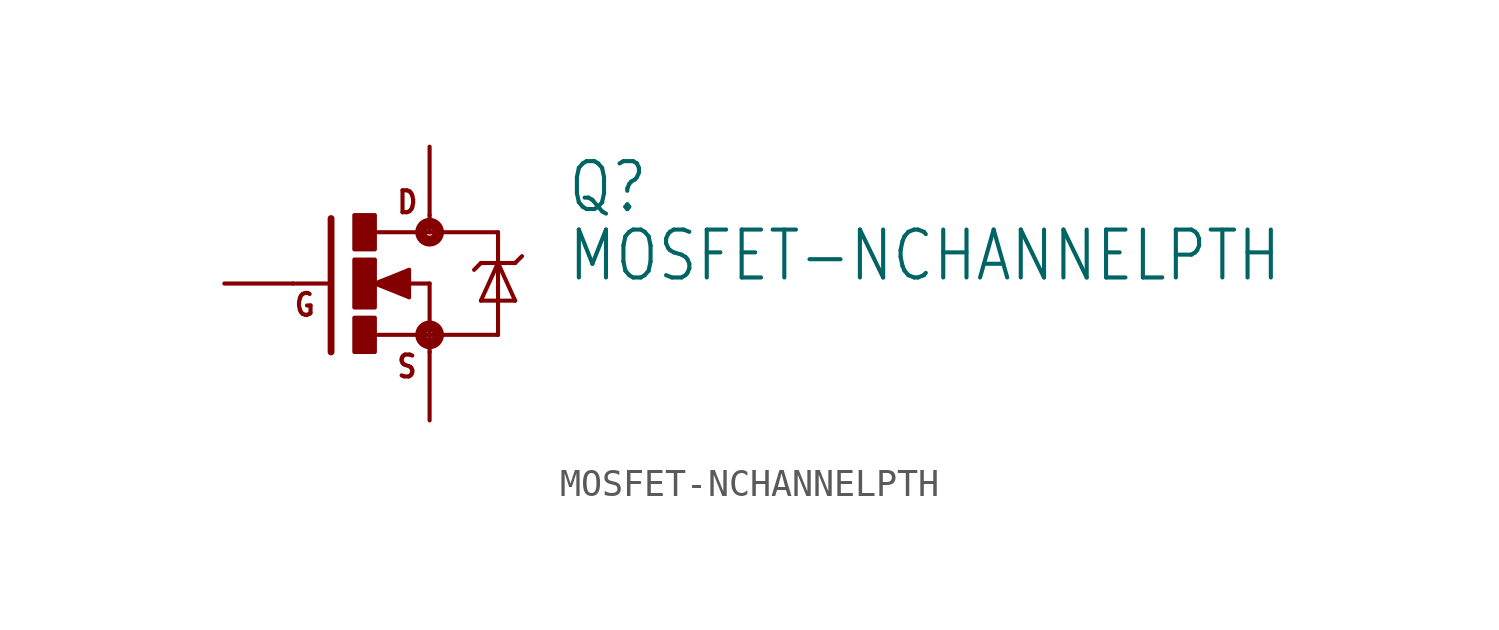
<source format=kicad_sym>
(kicad_symbol_lib
  (version 20211014)
  (generator kicad_symbol_editor)
  (symbol "MOSFET-NCHANNELPTH"
    (property "Reference" "Q"
      (at 5.08 2.54 0)
      (effects (font (size 1.778 1.511)) (justify left bottom)))
    (property "Value" "MOSFET-NCHANNELPTH"
      (at 5.08 0 0)
      (effects (font (size 1.778 1.511)) (justify left bottom)))
    (property "ki_locked" ""
      (at 0 0 0)
      (effects (font (size 1.27 1.27))))
    (symbol "MOSFET-NCHANNELPTH_1_0"
      (rectangle (start -2.794 -2.54) (end -2.032 -1.27) (stroke (width 0) (type default) (color 0 0 0 0)) (fill (type outline)))
      (rectangle (start -2.794 -0.889) (end -2.032 0.889) (stroke (width 0) (type default) (color 0 0 0 0)) (fill (type outline)))
      (rectangle (start -2.794 1.27) (end -2.032 2.54) (stroke (width 0) (type default) (color 0 0 0 0)) (fill (type outline)))
      (circle (center 0 -1.905) (radius 0.127) (stroke (width 0.406) (type default) (color 0 0 0 0)) (fill (type none)))
      (polyline (pts (xy -3.81 0) (xy -5.08 0)) (stroke (width 0.152) (type default) (color 0 0 0 0)) (fill (type none)))
      (polyline (pts (xy -3.658 2.413) (xy -3.658 -2.54)) (stroke (width 0.254) (type default) (color 0 0 0 0)) (fill (type none)))
      (polyline (pts (xy -2.032 -1.905) (xy 0 -1.905)) (stroke (width 0.152) (type default) (color 0 0 0 0)) (fill (type none)))
      (polyline (pts (xy -2.032 0) (xy -0.762 -0.508)) (stroke (width 0.152) (type default) (color 0 0 0 0)) (fill (type none)))
      (polyline (pts (xy -1.778 0) (xy -0.889 -0.254)) (stroke (width 0.305) (type default) (color 0 0 0 0)) (fill (type none)))
      (polyline (pts (xy -0.889 -0.254) (xy -0.889 0)) (stroke (width 0.305) (type default) (color 0 0 0 0)) (fill (type none)))
      (polyline (pts (xy -0.889 0) (xy -1.143 0)) (stroke (width 0.305) (type default) (color 0 0 0 0)) (fill (type none)))
      (polyline (pts (xy -0.889 0) (xy 0 0)) (stroke (width 0.152) (type default) (color 0 0 0 0)) (fill (type none)))
      (polyline (pts (xy -0.889 0.254) (xy -1.778 0)) (stroke (width 0.305) (type default) (color 0 0 0 0)) (fill (type none)))
      (polyline (pts (xy -0.762 -0.508) (xy -0.762 0.508)) (stroke (width 0.152) (type default) (color 0 0 0 0)) (fill (type none)))
      (polyline (pts (xy -0.762 0.508) (xy -2.032 0)) (stroke (width 0.152) (type default) (color 0 0 0 0)) (fill (type none)))
      (polyline (pts (xy 0 -1.905) (xy 0 -2.54)) (stroke (width 0.152) (type default) (color 0 0 0 0)) (fill (type none)))
      (polyline (pts (xy 0 0) (xy 0 -1.905)) (stroke (width 0.152) (type default) (color 0 0 0 0)) (fill (type none)))
      (polyline (pts (xy 0 1.905) (xy -2.007 1.905)) (stroke (width 0.152) (type default) (color 0 0 0 0)) (fill (type none)))
      (polyline (pts (xy 0 1.905) (xy 2.54 1.905)) (stroke (width 0.152) (type default) (color 0 0 0 0)) (fill (type none)))
      (polyline (pts (xy 0 2.54) (xy 0 1.905)) (stroke (width 0.152) (type default) (color 0 0 0 0)) (fill (type none)))
      (polyline (pts (xy 1.905 -0.635) (xy 3.175 -0.635)) (stroke (width 0.152) (type default) (color 0 0 0 0)) (fill (type none)))
      (polyline (pts (xy 1.905 0.762) (xy 1.651 0.508)) (stroke (width 0.152) (type default) (color 0 0 0 0)) (fill (type none)))
      (polyline (pts (xy 1.905 0.762) (xy 2.54 0.762)) (stroke (width 0.152) (type default) (color 0 0 0 0)) (fill (type none)))
      (polyline (pts (xy 2.54 -1.905) (xy 0 -1.905)) (stroke (width 0.152) (type default) (color 0 0 0 0)) (fill (type none)))
      (polyline (pts (xy 2.54 0.762) (xy 1.905 -0.635)) (stroke (width 0.152) (type default) (color 0 0 0 0)) (fill (type none)))
      (polyline (pts (xy 2.54 0.762) (xy 2.54 -1.905)) (stroke (width 0.152) (type default) (color 0 0 0 0)) (fill (type none)))
      (polyline (pts (xy 2.54 0.762) (xy 3.175 0.762)) (stroke (width 0.152) (type default) (color 0 0 0 0)) (fill (type none)))
      (polyline (pts (xy 2.54 1.905) (xy 2.54 0.762)) (stroke (width 0.152) (type default) (color 0 0 0 0)) (fill (type none)))
      (polyline (pts (xy 3.175 -0.635) (xy 2.54 0.762)) (stroke (width 0.152) (type default) (color 0 0 0 0)) (fill (type none)))
      (polyline (pts (xy 3.175 0.762) (xy 3.429 1.016)) (stroke (width 0.152) (type default) (color 0 0 0 0)) (fill (type none)))
      (circle (center 0 1.905) (radius 0.127) (stroke (width 0.406) (type default) (color 0 0 0 0)) (fill (type none)))
      (text "D" (at -1.27 2.54 0) (effects (font (size 0.813 0.691)) (justify left bottom)))
      (text "G" (at -5.08 -1.27 0) (effects (font (size 0.813 0.691)) (justify left bottom)))
      (text "S" (at -1.27 -3.556 0) (effects (font (size 0.813 0.691)) (justify left bottom)))
      (pin passive line (at 0 5.08 270) (length 2.54) (name "D" (effects (font (size 0 0)))) (number "1" (effects (font (size 0 0)))))
      (pin passive line (at 0 -5.08 90) (length 2.54) (name "S" (effects (font (size 0 0)))) (number "2" (effects (font (size 0 0)))))
      (pin passive line (at -7.62 0 0) (length 2.54) (name "G" (effects (font (size 0 0)))) (number "3" (effects (font (size 0 0))))))))
</source>
